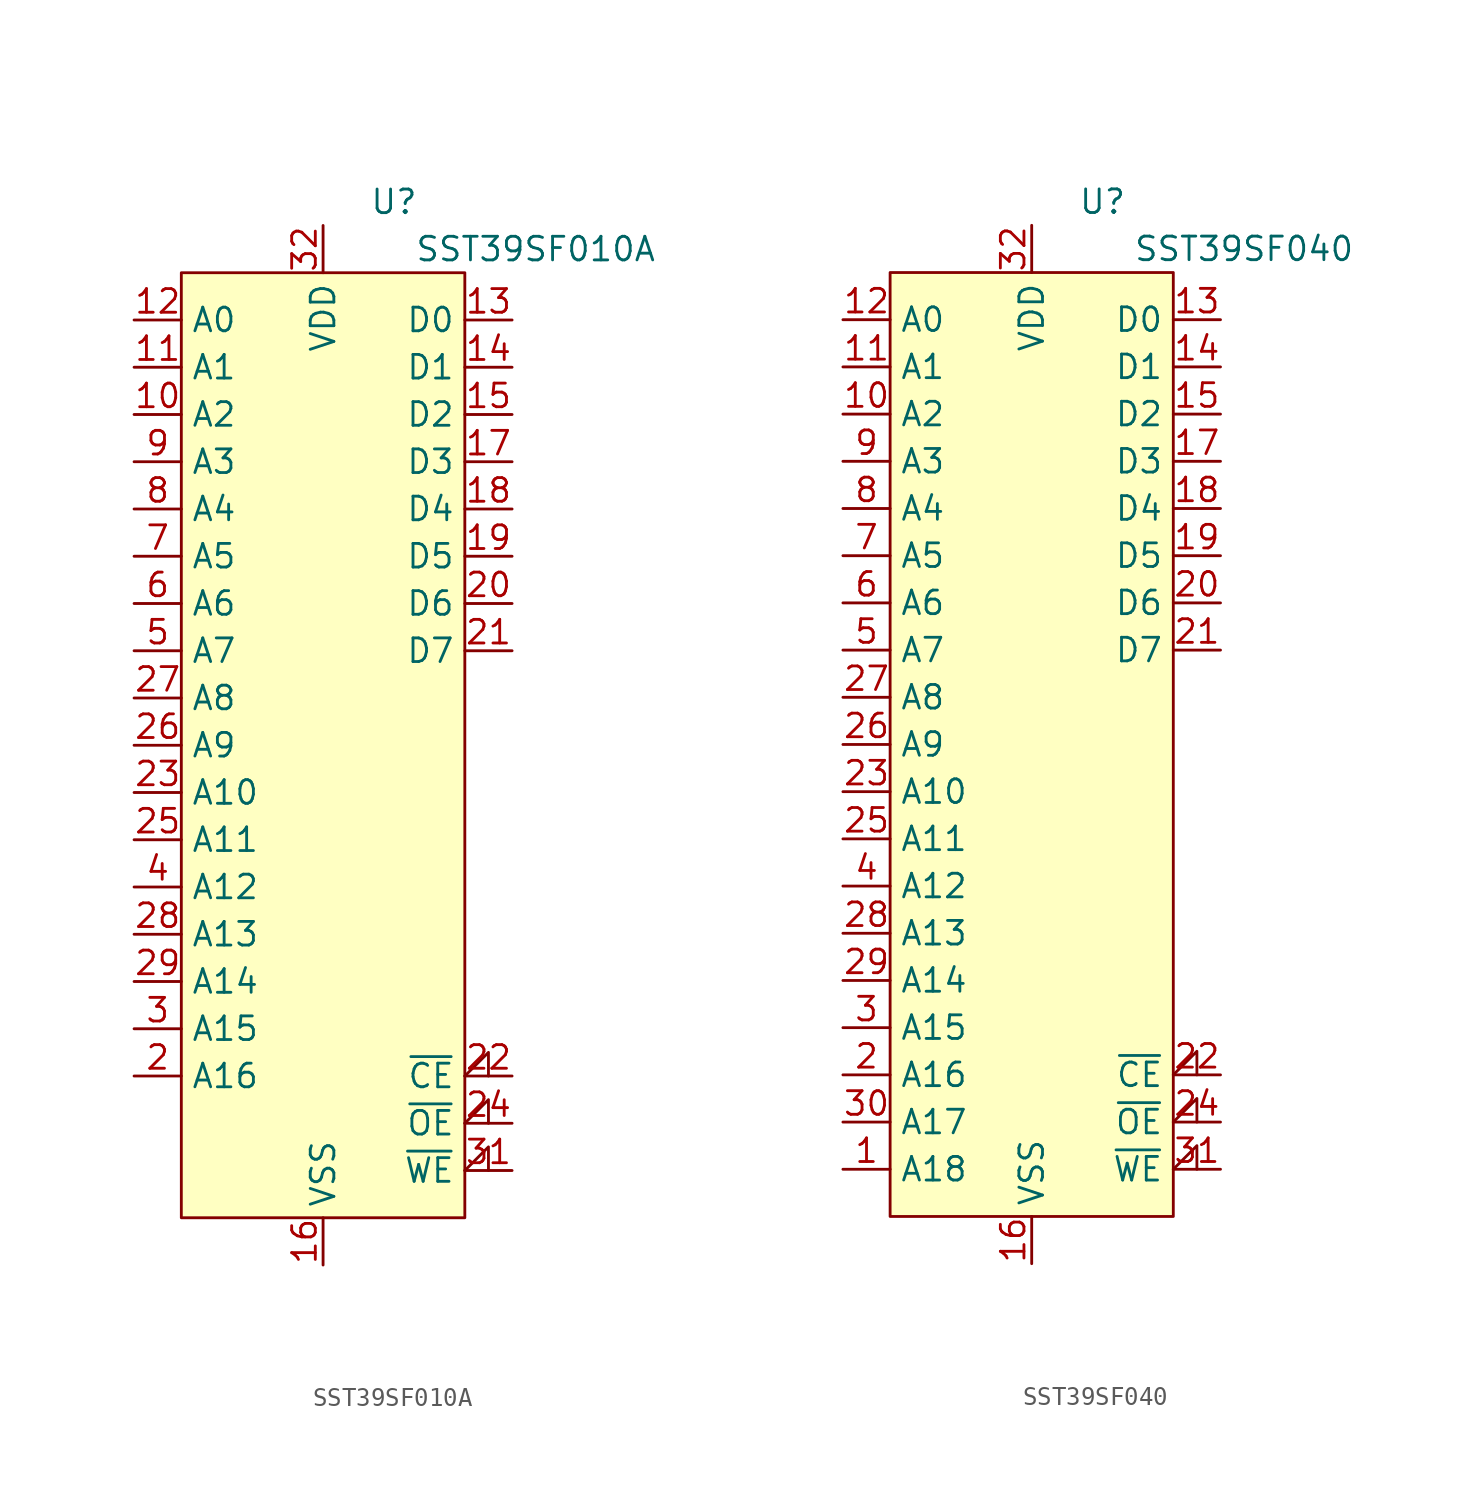
<source format=kicad_sym>
(kicad_symbol_lib
  (version 20220914)
  (generator kicad_symbol_editor)
  (symbol "SST39SF010A"
    (property "Reference" "U"
      (at 11.43 54.61 0)
      (effects (font (size 1.27 1.27))))
    (property "Value" "SST39SF010A"
      (at 19.05 52.07 0)
      (effects (font (size 1.27 1.27))))
    (symbol "SST39SF010A_1_1"
      (rectangle (start 0 50.8) (end 15.24 0) (stroke (width 0) (type default)) (fill (type background)))
      (pin no_connect non_logic (at -2.54 2.54 0) (length 2.54) hide (name "nc" (effects (font (size 1.27 1.27)))) (number "1" (effects (font (size 1.27 1.27)))))
      (pin input line (at -2.54 43.18 0) (length 2.54) (name "A2" (effects (font (size 1.27 1.27)))) (number "10" (effects (font (size 1.27 1.27)))))
      (pin input line (at -2.54 45.72 0) (length 2.54) (name "A1" (effects (font (size 1.27 1.27)))) (number "11" (effects (font (size 1.27 1.27)))))
      (pin input line (at -2.54 48.26 0) (length 2.54) (name "A0" (effects (font (size 1.27 1.27)))) (number "12" (effects (font (size 1.27 1.27)))))
      (pin bidirectional line (at 17.78 48.26 180) (length 2.54) (name "D0" (effects (font (size 1.27 1.27)))) (number "13" (effects (font (size 1.27 1.27)))))
      (pin bidirectional line (at 17.78 45.72 180) (length 2.54) (name "D1" (effects (font (size 1.27 1.27)))) (number "14" (effects (font (size 1.27 1.27)))))
      (pin bidirectional line (at 17.78 43.18 180) (length 2.54) (name "D2" (effects (font (size 1.27 1.27)))) (number "15" (effects (font (size 1.27 1.27)))))
      (pin power_in line (at 7.62 -2.54 90) (length 2.54) (name "VSS" (effects (font (size 1.27 1.27)))) (number "16" (effects (font (size 1.27 1.27)))))
      (pin bidirectional line (at 17.78 40.64 180) (length 2.54) (name "D3" (effects (font (size 1.27 1.27)))) (number "17" (effects (font (size 1.27 1.27)))))
      (pin bidirectional line (at 17.78 38.1 180) (length 2.54) (name "D4" (effects (font (size 1.27 1.27)))) (number "18" (effects (font (size 1.27 1.27)))))
      (pin bidirectional line (at 17.78 35.56 180) (length 2.54) (name "D5" (effects (font (size 1.27 1.27)))) (number "19" (effects (font (size 1.27 1.27)))))
      (pin input line (at -2.54 7.62 0) (length 2.54) (name "A16" (effects (font (size 1.27 1.27)))) (number "2" (effects (font (size 1.27 1.27)))))
      (pin bidirectional line (at 17.78 33.02 180) (length 2.54) (name "D6" (effects (font (size 1.27 1.27)))) (number "20" (effects (font (size 1.27 1.27)))))
      (pin bidirectional line (at 17.78 30.48 180) (length 2.54) (name "D7" (effects (font (size 1.27 1.27)))) (number "21" (effects (font (size 1.27 1.27)))))
      (pin input input_low (at 17.78 7.62 180) (length 2.54) (name "~{CE}" (effects (font (size 1.27 1.27)))) (number "22" (effects (font (size 1.27 1.27)))))
      (pin input line (at -2.54 22.86 0) (length 2.54) (name "A10" (effects (font (size 1.27 1.27)))) (number "23" (effects (font (size 1.27 1.27)))))
      (pin input input_low (at 17.78 5.08 180) (length 2.54) (name "~{OE}" (effects (font (size 1.27 1.27)))) (number "24" (effects (font (size 1.27 1.27)))))
      (pin input line (at -2.54 20.32 0) (length 2.54) (name "A11" (effects (font (size 1.27 1.27)))) (number "25" (effects (font (size 1.27 1.27)))))
      (pin input line (at -2.54 25.4 0) (length 2.54) (name "A9" (effects (font (size 1.27 1.27)))) (number "26" (effects (font (size 1.27 1.27)))))
      (pin input line (at -2.54 27.94 0) (length 2.54) (name "A8" (effects (font (size 1.27 1.27)))) (number "27" (effects (font (size 1.27 1.27)))))
      (pin input line (at -2.54 15.24 0) (length 2.54) (name "A13" (effects (font (size 1.27 1.27)))) (number "28" (effects (font (size 1.27 1.27)))))
      (pin input line (at -2.54 12.7 0) (length 2.54) (name "A14" (effects (font (size 1.27 1.27)))) (number "29" (effects (font (size 1.27 1.27)))))
      (pin input line (at -2.54 10.16 0) (length 2.54) (name "A15" (effects (font (size 1.27 1.27)))) (number "3" (effects (font (size 1.27 1.27)))))
      (pin no_connect non_logic (at -2.54 5.08 0) (length 2.54) hide (name "nc" (effects (font (size 1.27 1.27)))) (number "30" (effects (font (size 1.27 1.27)))))
      (pin input input_low (at 17.78 2.54 180) (length 2.54) (name "~{WE}" (effects (font (size 1.27 1.27)))) (number "31" (effects (font (size 1.27 1.27)))))
      (pin power_in line (at 7.62 53.34 270) (length 2.54) (name "VDD" (effects (font (size 1.27 1.27)))) (number "32" (effects (font (size 1.27 1.27)))))
      (pin input line (at -2.54 17.78 0) (length 2.54) (name "A12" (effects (font (size 1.27 1.27)))) (number "4" (effects (font (size 1.27 1.27)))))
      (pin input line (at -2.54 30.48 0) (length 2.54) (name "A7" (effects (font (size 1.27 1.27)))) (number "5" (effects (font (size 1.27 1.27)))))
      (pin input line (at -2.54 33.02 0) (length 2.54) (name "A6" (effects (font (size 1.27 1.27)))) (number "6" (effects (font (size 1.27 1.27)))))
      (pin input line (at -2.54 35.56 0) (length 2.54) (name "A5" (effects (font (size 1.27 1.27)))) (number "7" (effects (font (size 1.27 1.27)))))
      (pin input line (at -2.54 38.1 0) (length 2.54) (name "A4" (effects (font (size 1.27 1.27)))) (number "8" (effects (font (size 1.27 1.27)))))
      (pin input line (at -2.54 40.64 0) (length 2.54) (name "A3" (effects (font (size 1.27 1.27)))) (number "9" (effects (font (size 1.27 1.27)))))))
  (symbol "SST39SF040"
    (property "Reference" "U"
      (at 11.43 54.61 0)
      (effects (font (size 1.27 1.27))))
    (property "Value" "SST39SF040"
      (at 19.05 52.07 0)
      (effects (font (size 1.27 1.27))))
    (symbol "SST39SF040_1_1"
      (rectangle (start 0 50.8) (end 15.24 0) (stroke (width 0) (type default)) (fill (type background)))
      (pin input line (at -2.54 2.54 0) (length 2.54) (name "A18" (effects (font (size 1.27 1.27)))) (number "1" (effects (font (size 1.27 1.27)))))
      (pin input line (at -2.54 43.18 0) (length 2.54) (name "A2" (effects (font (size 1.27 1.27)))) (number "10" (effects (font (size 1.27 1.27)))))
      (pin input line (at -2.54 45.72 0) (length 2.54) (name "A1" (effects (font (size 1.27 1.27)))) (number "11" (effects (font (size 1.27 1.27)))))
      (pin input line (at -2.54 48.26 0) (length 2.54) (name "A0" (effects (font (size 1.27 1.27)))) (number "12" (effects (font (size 1.27 1.27)))))
      (pin bidirectional line (at 17.78 48.26 180) (length 2.54) (name "D0" (effects (font (size 1.27 1.27)))) (number "13" (effects (font (size 1.27 1.27)))))
      (pin bidirectional line (at 17.78 45.72 180) (length 2.54) (name "D1" (effects (font (size 1.27 1.27)))) (number "14" (effects (font (size 1.27 1.27)))))
      (pin bidirectional line (at 17.78 43.18 180) (length 2.54) (name "D2" (effects (font (size 1.27 1.27)))) (number "15" (effects (font (size 1.27 1.27)))))
      (pin power_in line (at 7.62 -2.54 90) (length 2.54) (name "VSS" (effects (font (size 1.27 1.27)))) (number "16" (effects (font (size 1.27 1.27)))))
      (pin bidirectional line (at 17.78 40.64 180) (length 2.54) (name "D3" (effects (font (size 1.27 1.27)))) (number "17" (effects (font (size 1.27 1.27)))))
      (pin bidirectional line (at 17.78 38.1 180) (length 2.54) (name "D4" (effects (font (size 1.27 1.27)))) (number "18" (effects (font (size 1.27 1.27)))))
      (pin bidirectional line (at 17.78 35.56 180) (length 2.54) (name "D5" (effects (font (size 1.27 1.27)))) (number "19" (effects (font (size 1.27 1.27)))))
      (pin input line (at -2.54 7.62 0) (length 2.54) (name "A16" (effects (font (size 1.27 1.27)))) (number "2" (effects (font (size 1.27 1.27)))))
      (pin bidirectional line (at 17.78 33.02 180) (length 2.54) (name "D6" (effects (font (size 1.27 1.27)))) (number "20" (effects (font (size 1.27 1.27)))))
      (pin bidirectional line (at 17.78 30.48 180) (length 2.54) (name "D7" (effects (font (size 1.27 1.27)))) (number "21" (effects (font (size 1.27 1.27)))))
      (pin input input_low (at 17.78 7.62 180) (length 2.54) (name "~{CE}" (effects (font (size 1.27 1.27)))) (number "22" (effects (font (size 1.27 1.27)))))
      (pin input line (at -2.54 22.86 0) (length 2.54) (name "A10" (effects (font (size 1.27 1.27)))) (number "23" (effects (font (size 1.27 1.27)))))
      (pin input input_low (at 17.78 5.08 180) (length 2.54) (name "~{OE}" (effects (font (size 1.27 1.27)))) (number "24" (effects (font (size 1.27 1.27)))))
      (pin input line (at -2.54 20.32 0) (length 2.54) (name "A11" (effects (font (size 1.27 1.27)))) (number "25" (effects (font (size 1.27 1.27)))))
      (pin input line (at -2.54 25.4 0) (length 2.54) (name "A9" (effects (font (size 1.27 1.27)))) (number "26" (effects (font (size 1.27 1.27)))))
      (pin input line (at -2.54 27.94 0) (length 2.54) (name "A8" (effects (font (size 1.27 1.27)))) (number "27" (effects (font (size 1.27 1.27)))))
      (pin input line (at -2.54 15.24 0) (length 2.54) (name "A13" (effects (font (size 1.27 1.27)))) (number "28" (effects (font (size 1.27 1.27)))))
      (pin input line (at -2.54 12.7 0) (length 2.54) (name "A14" (effects (font (size 1.27 1.27)))) (number "29" (effects (font (size 1.27 1.27)))))
      (pin input line (at -2.54 10.16 0) (length 2.54) (name "A15" (effects (font (size 1.27 1.27)))) (number "3" (effects (font (size 1.27 1.27)))))
      (pin input line (at -2.54 5.08 0) (length 2.54) (name "A17" (effects (font (size 1.27 1.27)))) (number "30" (effects (font (size 1.27 1.27)))))
      (pin input input_low (at 17.78 2.54 180) (length 2.54) (name "~{WE}" (effects (font (size 1.27 1.27)))) (number "31" (effects (font (size 1.27 1.27)))))
      (pin power_in line (at 7.62 53.34 270) (length 2.54) (name "VDD" (effects (font (size 1.27 1.27)))) (number "32" (effects (font (size 1.27 1.27)))))
      (pin input line (at -2.54 17.78 0) (length 2.54) (name "A12" (effects (font (size 1.27 1.27)))) (number "4" (effects (font (size 1.27 1.27)))))
      (pin input line (at -2.54 30.48 0) (length 2.54) (name "A7" (effects (font (size 1.27 1.27)))) (number "5" (effects (font (size 1.27 1.27)))))
      (pin input line (at -2.54 33.02 0) (length 2.54) (name "A6" (effects (font (size 1.27 1.27)))) (number "6" (effects (font (size 1.27 1.27)))))
      (pin input line (at -2.54 35.56 0) (length 2.54) (name "A5" (effects (font (size 1.27 1.27)))) (number "7" (effects (font (size 1.27 1.27)))))
      (pin input line (at -2.54 38.1 0) (length 2.54) (name "A4" (effects (font (size 1.27 1.27)))) (number "8" (effects (font (size 1.27 1.27)))))
      (pin input line (at -2.54 40.64 0) (length 2.54) (name "A3" (effects (font (size 1.27 1.27)))) (number "9" (effects (font (size 1.27 1.27))))))))
</source>
